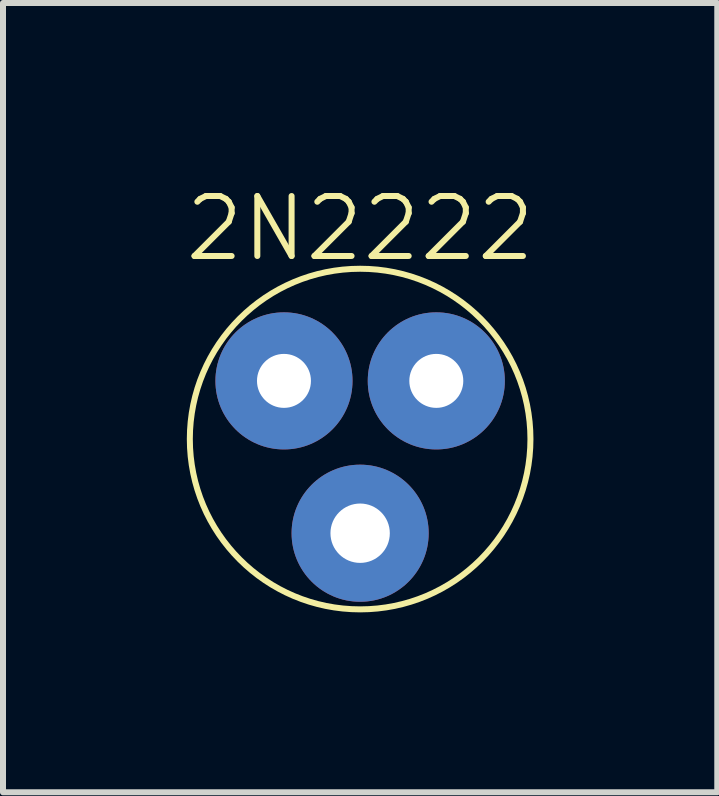
<source format=kicad_pcb>
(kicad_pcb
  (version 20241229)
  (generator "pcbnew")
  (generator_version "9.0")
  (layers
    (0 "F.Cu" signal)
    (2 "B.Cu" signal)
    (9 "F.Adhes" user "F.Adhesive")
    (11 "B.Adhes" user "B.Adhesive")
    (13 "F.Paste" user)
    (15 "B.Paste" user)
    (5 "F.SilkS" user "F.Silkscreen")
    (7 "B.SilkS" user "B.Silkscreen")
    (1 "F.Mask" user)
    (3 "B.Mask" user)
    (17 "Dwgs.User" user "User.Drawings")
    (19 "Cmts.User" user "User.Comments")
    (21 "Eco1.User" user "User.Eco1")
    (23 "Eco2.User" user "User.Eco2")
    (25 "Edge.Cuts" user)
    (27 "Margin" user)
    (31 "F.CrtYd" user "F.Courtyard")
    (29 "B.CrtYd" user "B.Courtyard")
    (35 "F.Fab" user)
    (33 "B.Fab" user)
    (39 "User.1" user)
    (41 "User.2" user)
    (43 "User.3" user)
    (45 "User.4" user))
  (footprint "2N2222"
    (layer "F.Cu")
    (at 2.955 4.271)
    (property "Reference" "2N2222" (at 0 -3.51 0) (unlocked yes) (layer "F.SilkS") (effects (font (size 1 1) (thickness 0.1))))
    (attr smd)
    (fp_circle (center 0 0) (end 1.27 2.54) (stroke (width 0.1) (type default)) (fill no) (layer "F.SilkS"))
    (pad "1" thru_hole circle (at -1.27 -0.97) (size 2.286 2.286) (drill 0.9) (layers "*.Cu" "B.Mask"))
    (pad "2" thru_hole circle (at 1.27 -0.97) (size 2.286 2.286) (drill 0.9) (layers "*.Cu" "B.Mask"))
    (pad "3" thru_hole circle (at 0 1.57) (size 2.286 2.286) (drill 0.99) (layers "*.Cu" "B.Mask")))
  (gr_rect
    (start -3 -3)
    (end 8.91 10.161)
    (stroke (width 0.1) (type default))
    (fill no)
    (layer "Edge.Cuts")))
</source>
